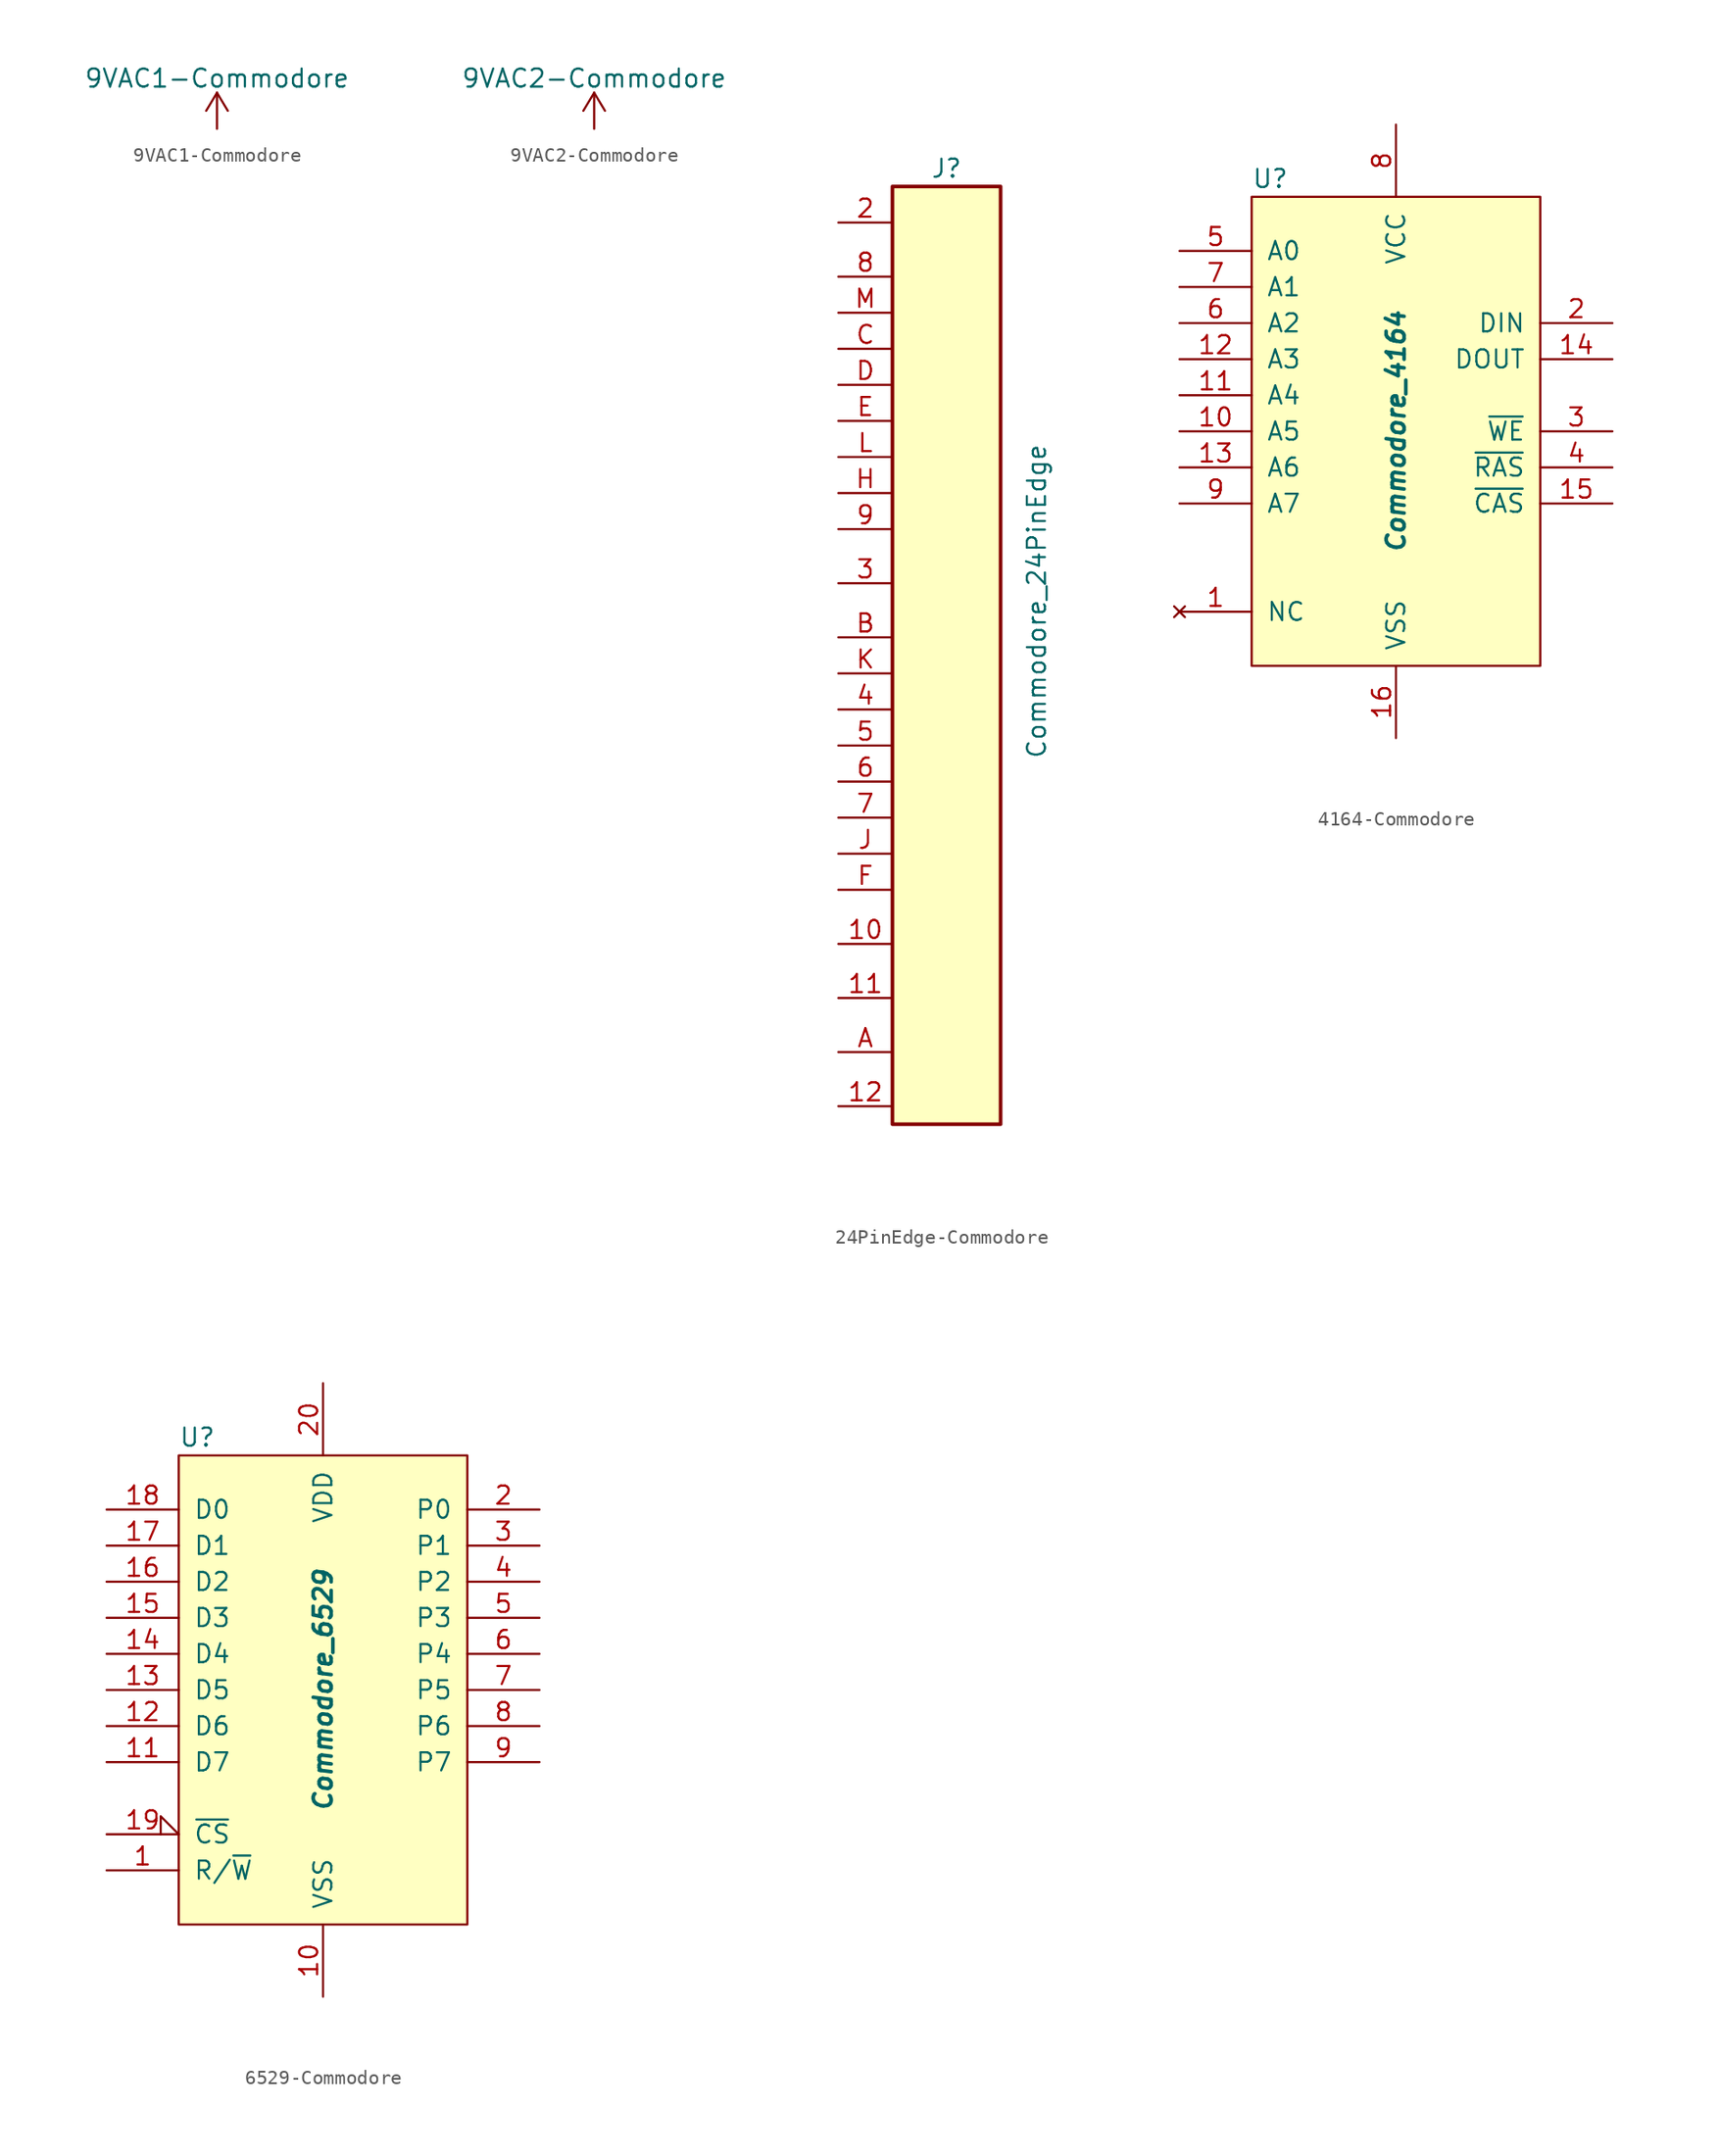
<source format=kicad_sym>
(kicad_symbol_lib
  (version 20220914)
  (generator kicad_symbol_editor)
  (symbol "9VAC1-Commodore"
    (power)
    (pin_names
      (offset 0))
    (property "Reference" "#PWR"
      (at 0 -3.81 0)
      (effects (font (size 1.27 1.27)) hide))
    (property "Value" "9VAC1-Commodore"
      (at 0 3.556 0)
      (effects (font (size 1.27 1.27))))
    (symbol "9VAC1-Commodore_0_1"
      (polyline (pts (xy -0.762 1.27) (xy 0 2.54)) (stroke (width 0) (type solid)) (fill (type none)))
      (polyline (pts (xy 0 0) (xy 0 2.54)) (stroke (width 0) (type solid)) (fill (type none)))
      (polyline (pts (xy 0 2.54) (xy 0.762 1.27)) (stroke (width 0) (type solid)) (fill (type none))))
    (symbol "9VAC1-Commodore_1_1"
      (pin power_in line (at 0 0 90) (length 0) hide (name "9VAC1" (effects (font (size 1.27 1.27)))) (number "1" (effects (font (size 1.27 1.27)))))))
  (symbol "9VAC2-Commodore"
    (power)
    (pin_names
      (offset 0))
    (property "Reference" "#PWR"
      (at 0 -3.81 0)
      (effects (font (size 1.27 1.27)) hide))
    (property "Value" "9VAC2-Commodore"
      (at 0 3.556 0)
      (effects (font (size 1.27 1.27))))
    (symbol "9VAC2-Commodore_0_1"
      (polyline (pts (xy -0.762 1.27) (xy 0 2.54)) (stroke (width 0) (type solid)) (fill (type none)))
      (polyline (pts (xy 0 0) (xy 0 2.54)) (stroke (width 0) (type solid)) (fill (type none)))
      (polyline (pts (xy 0 2.54) (xy 0.762 1.27)) (stroke (width 0) (type solid)) (fill (type none))))
    (symbol "9VAC2-Commodore_1_1"
      (pin power_in line (at 0 0 90) (length 0) hide (name "9VAC2" (effects (font (size 1.27 1.27)))) (number "1" (effects (font (size 1.27 1.27)))))))
  (symbol "24PinEdge-Commodore"
    (property "Reference" "J"
      (at 0 31.75 0)
      (effects (font (size 1.27 1.27))))
    (property "Value" "Commodore_24PinEdge"
      (at 6.35 1.27 90)
      (effects (font (size 1.27 1.27))))
    (symbol "24PinEdge-Commodore_0_1"
      (rectangle (start -3.81 -35.56) (end 3.81 30.48) (stroke (width 0.254) (type solid)) (fill (type background))))
    (symbol "24PinEdge-Commodore_1_1"
      (pin passive line (at -7.62 -22.86 0) (length 3.81) (name "~" (effects (font (size 1.27 1.27)))) (number "10" (effects (font (size 1.27 1.27)))))
      (pin passive line (at -7.62 -26.67 0) (length 3.81) (name "~" (effects (font (size 1.27 1.27)))) (number "11" (effects (font (size 1.27 1.27)))))
      (pin power_out line (at -7.62 -34.29 0) (length 3.81) (name "~" (effects (font (size 1.27 1.27)))) (number "12" (effects (font (size 1.27 1.27)))))
      (pin power_out line (at -7.62 27.94 0) (length 3.81) (name "~" (effects (font (size 1.27 1.27)))) (number "2" (effects (font (size 1.27 1.27)))))
      (pin passive line (at -7.62 2.54 0) (length 3.81) (name "~" (effects (font (size 1.27 1.27)))) (number "3" (effects (font (size 1.27 1.27)))))
      (pin passive line (at -7.62 -6.35 0) (length 3.81) (name "~" (effects (font (size 1.27 1.27)))) (number "4" (effects (font (size 1.27 1.27)))))
      (pin passive line (at -7.62 -8.89 0) (length 3.81) (name "~" (effects (font (size 1.27 1.27)))) (number "5" (effects (font (size 1.27 1.27)))))
      (pin passive line (at -7.62 -11.43 0) (length 3.81) (name "~" (effects (font (size 1.27 1.27)))) (number "6" (effects (font (size 1.27 1.27)))))
      (pin passive line (at -7.62 -13.97 0) (length 3.81) (name "~" (effects (font (size 1.27 1.27)))) (number "7" (effects (font (size 1.27 1.27)))))
      (pin passive line (at -7.62 24.13 0) (length 3.81) (name "~" (effects (font (size 1.27 1.27)))) (number "8" (effects (font (size 1.27 1.27)))))
      (pin passive line (at -7.62 6.35 0) (length 3.81) (name "~" (effects (font (size 1.27 1.27)))) (number "9" (effects (font (size 1.27 1.27)))))
      (pin power_out line (at -7.62 -30.48 0) (length 3.81) (name "~" (effects (font (size 1.27 1.27)))) (number "A" (effects (font (size 1.27 1.27)))))
      (pin passive line (at -7.62 -1.27 0) (length 3.81) (name "~" (effects (font (size 1.27 1.27)))) (number "B" (effects (font (size 1.27 1.27)))))
      (pin passive line (at -7.62 19.05 0) (length 3.81) (name "~" (effects (font (size 1.27 1.27)))) (number "C" (effects (font (size 1.27 1.27)))))
      (pin passive line (at -7.62 16.51 0) (length 3.81) (name "~" (effects (font (size 1.27 1.27)))) (number "D" (effects (font (size 1.27 1.27)))))
      (pin passive line (at -7.62 13.97 0) (length 3.81) (name "~" (effects (font (size 1.27 1.27)))) (number "E" (effects (font (size 1.27 1.27)))))
      (pin passive line (at -7.62 -19.05 0) (length 3.81) (name "~" (effects (font (size 1.27 1.27)))) (number "F" (effects (font (size 1.27 1.27)))))
      (pin passive line (at -7.62 8.89 0) (length 3.81) (name "~" (effects (font (size 1.27 1.27)))) (number "H" (effects (font (size 1.27 1.27)))))
      (pin passive line (at -7.62 -16.51 0) (length 3.81) (name "~" (effects (font (size 1.27 1.27)))) (number "J" (effects (font (size 1.27 1.27)))))
      (pin passive line (at -7.62 -3.81 0) (length 3.81) (name "~" (effects (font (size 1.27 1.27)))) (number "K" (effects (font (size 1.27 1.27)))))
      (pin passive line (at -7.62 11.43 0) (length 3.81) (name "~" (effects (font (size 1.27 1.27)))) (number "L" (effects (font (size 1.27 1.27)))))
      (pin passive line (at -7.62 21.59 0) (length 3.81) (name "~" (effects (font (size 1.27 1.27)))) (number "M" (effects (font (size 1.27 1.27)))))))
  (symbol "4164-Commodore"
    (pin_names
      (offset 1.016))
    (property "Reference" "U"
      (at -10.16 17.78 0)
      (effects (font (size 1.27 1.27)) (justify left)))
    (property "Value" "Commodore_4164"
      (at 0 0 90)
      (effects (font (size 1.27 1.27) bold italic)))
    (symbol "4164-Commodore_0_1"
      (rectangle (start -10.16 16.51) (end 10.16 -16.51) (stroke (width 0) (type solid)) (fill (type background))))
    (symbol "4164-Commodore_1_1"
      (pin no_connect line (at -15.24 -12.7 0) (length 5.08) (name "NC" (effects (font (size 1.27 1.27)))) (number "1" (effects (font (size 1.27 1.27)))))
      (pin bidirectional line (at -15.24 0 0) (length 5.08) (name "A5" (effects (font (size 1.27 1.27)))) (number "10" (effects (font (size 1.27 1.27)))))
      (pin bidirectional line (at -15.24 2.54 0) (length 5.08) (name "A4" (effects (font (size 1.27 1.27)))) (number "11" (effects (font (size 1.27 1.27)))))
      (pin bidirectional line (at -15.24 5.08 0) (length 5.08) (name "A3" (effects (font (size 1.27 1.27)))) (number "12" (effects (font (size 1.27 1.27)))))
      (pin bidirectional line (at -15.24 -2.54 0) (length 5.08) (name "A6" (effects (font (size 1.27 1.27)))) (number "13" (effects (font (size 1.27 1.27)))))
      (pin bidirectional line (at 15.24 5.08 180) (length 5.08) (name "DOUT" (effects (font (size 1.27 1.27)))) (number "14" (effects (font (size 1.27 1.27)))))
      (pin input line (at 15.24 -5.08 180) (length 5.08) (name "~{CAS}" (effects (font (size 1.27 1.27)))) (number "15" (effects (font (size 1.27 1.27)))))
      (pin power_in line (at 0 -21.59 90) (length 5.08) (name "VSS" (effects (font (size 1.27 1.27)))) (number "16" (effects (font (size 1.27 1.27)))))
      (pin bidirectional line (at 15.24 7.62 180) (length 5.08) (name "DIN" (effects (font (size 1.27 1.27)))) (number "2" (effects (font (size 1.27 1.27)))))
      (pin input line (at 15.24 0 180) (length 5.08) (name "~{WE}" (effects (font (size 1.27 1.27)))) (number "3" (effects (font (size 1.27 1.27)))))
      (pin input line (at 15.24 -2.54 180) (length 5.08) (name "~{RAS}" (effects (font (size 1.27 1.27)))) (number "4" (effects (font (size 1.27 1.27)))))
      (pin bidirectional line (at -15.24 12.7 0) (length 5.08) (name "A0" (effects (font (size 1.27 1.27)))) (number "5" (effects (font (size 1.27 1.27)))))
      (pin bidirectional line (at -15.24 7.62 0) (length 5.08) (name "A2" (effects (font (size 1.27 1.27)))) (number "6" (effects (font (size 1.27 1.27)))))
      (pin bidirectional line (at -15.24 10.16 0) (length 5.08) (name "A1" (effects (font (size 1.27 1.27)))) (number "7" (effects (font (size 1.27 1.27)))))
      (pin power_in line (at 0 21.59 270) (length 5.08) (name "VCC" (effects (font (size 1.27 1.27)))) (number "8" (effects (font (size 1.27 1.27)))))
      (pin bidirectional line (at -15.24 -5.08 0) (length 5.08) (name "A7" (effects (font (size 1.27 1.27)))) (number "9" (effects (font (size 1.27 1.27)))))))
  (symbol "6529-Commodore"
    (pin_names
      (offset 1.016))
    (property "Reference" "U"
      (at -10.16 17.78 0)
      (effects (font (size 1.27 1.27)) (justify left)))
    (property "Value" "Commodore_6529"
      (at 0 0 90)
      (effects (font (size 1.27 1.27) bold italic)))
    (symbol "6529-Commodore_0_1"
      (rectangle (start -10.16 16.51) (end 10.16 -16.51) (stroke (width 0) (type solid)) (fill (type background))))
    (symbol "6529-Commodore_1_1"
      (pin input line (at -15.24 -12.7 0) (length 5.08) (name "R/~{W}" (effects (font (size 1.27 1.27)))) (number "1" (effects (font (size 1.27 1.27)))))
      (pin power_in line (at 0 -21.59 90) (length 5.08) (name "VSS" (effects (font (size 1.27 1.27)))) (number "10" (effects (font (size 1.27 1.27)))))
      (pin bidirectional line (at -15.24 -5.08 0) (length 5.08) (name "D7" (effects (font (size 1.27 1.27)))) (number "11" (effects (font (size 1.27 1.27)))))
      (pin bidirectional line (at -15.24 -2.54 0) (length 5.08) (name "D6" (effects (font (size 1.27 1.27)))) (number "12" (effects (font (size 1.27 1.27)))))
      (pin bidirectional line (at -15.24 0 0) (length 5.08) (name "D5" (effects (font (size 1.27 1.27)))) (number "13" (effects (font (size 1.27 1.27)))))
      (pin bidirectional line (at -15.24 2.54 0) (length 5.08) (name "D4" (effects (font (size 1.27 1.27)))) (number "14" (effects (font (size 1.27 1.27)))))
      (pin bidirectional line (at -15.24 5.08 0) (length 5.08) (name "D3" (effects (font (size 1.27 1.27)))) (number "15" (effects (font (size 1.27 1.27)))))
      (pin bidirectional line (at -15.24 7.62 0) (length 5.08) (name "D2" (effects (font (size 1.27 1.27)))) (number "16" (effects (font (size 1.27 1.27)))))
      (pin bidirectional line (at -15.24 10.16 0) (length 5.08) (name "D1" (effects (font (size 1.27 1.27)))) (number "17" (effects (font (size 1.27 1.27)))))
      (pin bidirectional line (at -15.24 12.7 0) (length 5.08) (name "D0" (effects (font (size 1.27 1.27)))) (number "18" (effects (font (size 1.27 1.27)))))
      (pin input input_low (at -15.24 -10.16 0) (length 5.08) (name "~{CS}" (effects (font (size 1.27 1.27)))) (number "19" (effects (font (size 1.27 1.27)))))
      (pin bidirectional line (at 15.24 12.7 180) (length 5.08) (name "P0" (effects (font (size 1.27 1.27)))) (number "2" (effects (font (size 1.27 1.27)))))
      (pin power_in line (at 0 21.59 270) (length 5.08) (name "VDD" (effects (font (size 1.27 1.27)))) (number "20" (effects (font (size 1.27 1.27)))))
      (pin bidirectional line (at 15.24 10.16 180) (length 5.08) (name "P1" (effects (font (size 1.27 1.27)))) (number "3" (effects (font (size 1.27 1.27)))))
      (pin bidirectional line (at 15.24 7.62 180) (length 5.08) (name "P2" (effects (font (size 1.27 1.27)))) (number "4" (effects (font (size 1.27 1.27)))))
      (pin bidirectional line (at 15.24 5.08 180) (length 5.08) (name "P3" (effects (font (size 1.27 1.27)))) (number "5" (effects (font (size 1.27 1.27)))))
      (pin bidirectional line (at 15.24 2.54 180) (length 5.08) (name "P4" (effects (font (size 1.27 1.27)))) (number "6" (effects (font (size 1.27 1.27)))))
      (pin bidirectional line (at 15.24 0 180) (length 5.08) (name "P5" (effects (font (size 1.27 1.27)))) (number "7" (effects (font (size 1.27 1.27)))))
      (pin bidirectional line (at 15.24 -2.54 180) (length 5.08) (name "P6" (effects (font (size 1.27 1.27)))) (number "8" (effects (font (size 1.27 1.27)))))
      (pin bidirectional line (at 15.24 -5.08 180) (length 5.08) (name "P7" (effects (font (size 1.27 1.27)))) (number "9" (effects (font (size 1.27 1.27))))))))
</source>
